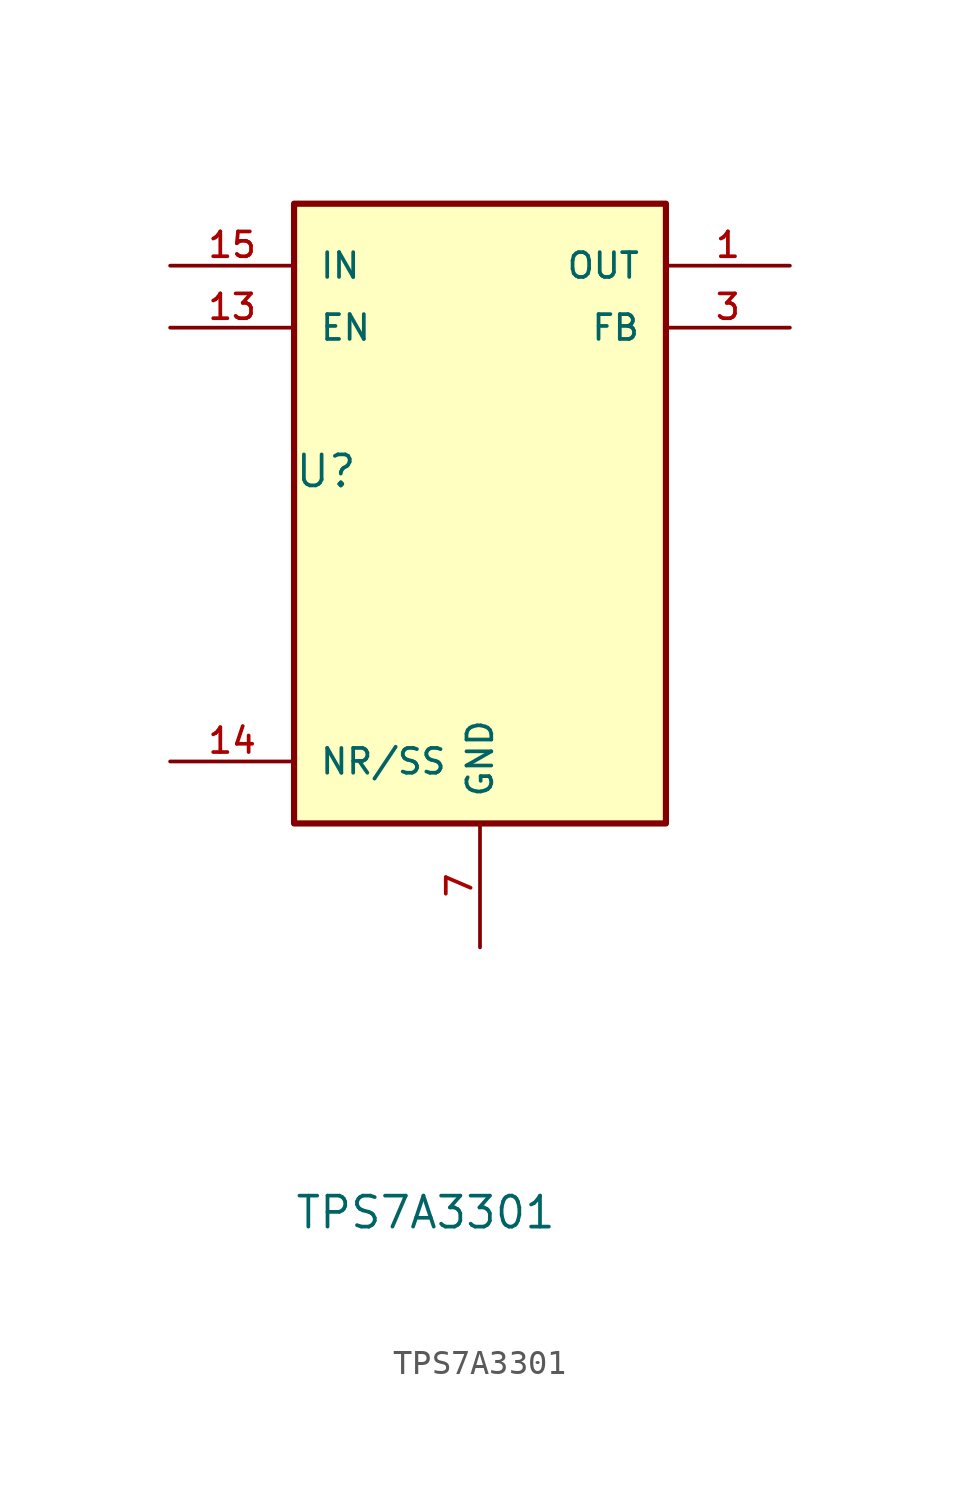
<source format=kicad_sym>
(kicad_symbol_lib
  (version 20211014)
  (generator kicad_symbol_editor)
  (symbol "TPS7A3301"
    (pin_names
      (offset 1.016))
    (property "Reference" "U"
      (at -7.62 13.691 0)
      (effects (font (size 1.27 1.27)) (justify left bottom)))
    (property "Value" "TPS7A3301"
      (at -7.62 -16.688 0)
      (effects (font (size 1.27 1.27)) (justify left bottom)))
    (symbol "TPS7A3301_0_0"
      (rectangle (start -7.62 25.4) (end 7.62 0) (stroke (width 0.254) (type default) (color 0 0 0 0)) (fill (type background)))
      (pin output line (at 12.7 22.86 180) (length 5.08) (name "OUT" (effects (font (size 1.016 1.016)))) (number "1" (effects (font (size 1.016 1.016)))))
      (pin power_in line (at 0 -5.08 90) (length 5.08) hide (name "NC" (effects (font (size 1.016 1.016)))) (number "10" (effects (font (size 1.016 1.016)))))
      (pin power_in line (at 0 -5.08 90) (length 5.08) hide (name "NC" (effects (font (size 1.016 1.016)))) (number "11" (effects (font (size 1.016 1.016)))))
      (pin power_in line (at 0 -5.08 90) (length 5.08) hide (name "NC" (effects (font (size 1.016 1.016)))) (number "12" (effects (font (size 1.016 1.016)))))
      (pin input line (at -12.7 20.32 0) (length 5.08) (name "EN" (effects (font (size 1.016 1.016)))) (number "13" (effects (font (size 1.016 1.016)))))
      (pin bidirectional line (at -12.7 2.54 0) (length 5.08) (name "NR/SS" (effects (font (size 1.016 1.016)))) (number "14" (effects (font (size 1.016 1.016)))))
      (pin input line (at -12.7 22.86 0) (length 5.08) (name "IN" (effects (font (size 1.016 1.016)))) (number "15" (effects (font (size 1.016 1.016)))))
      (pin input line (at -12.7 22.86 0) (length 5.08) hide (name "IN" (effects (font (size 1.016 1.016)))) (number "16" (effects (font (size 1.016 1.016)))))
      (pin power_in line (at 0 -5.08 90) (length 5.08) hide (name "NC" (effects (font (size 1.016 1.016)))) (number "17" (effects (font (size 1.016 1.016)))))
      (pin power_in line (at 0 -5.08 90) (length 5.08) hide (name "NC" (effects (font (size 1.016 1.016)))) (number "18" (effects (font (size 1.016 1.016)))))
      (pin power_in line (at 0 -5.08 90) (length 5.08) hide (name "NC" (effects (font (size 1.016 1.016)))) (number "19" (effects (font (size 1.016 1.016)))))
      (pin power_out line (at 0 -5.08 90) (length 5.08) hide (name "NC" (effects (font (size 1.016 1.016)))) (number "2" (effects (font (size 1.016 1.016)))))
      (pin output line (at 12.7 22.86 180) (length 5.08) hide (name "OUT" (effects (font (size 1.016 1.016)))) (number "20" (effects (font (size 1.016 1.016)))))
      (pin power_in line (at 0 -5.08 90) (length 5.08) hide (name "GND" (effects (font (size 1.016 1.016)))) (number "21" (effects (font (size 1.016 1.016)))))
      (pin input line (at 12.7 20.32 180) (length 5.08) (name "FB" (effects (font (size 1.016 1.016)))) (number "3" (effects (font (size 1.016 1.016)))))
      (pin power_in line (at 0 -5.08 90) (length 5.08) hide (name "NC" (effects (font (size 1.016 1.016)))) (number "4" (effects (font (size 1.016 1.016)))))
      (pin power_in line (at 0 -5.08 90) (length 5.08) hide (name "NC" (effects (font (size 1.016 1.016)))) (number "5" (effects (font (size 1.016 1.016)))))
      (pin power_in line (at 0 -5.08 90) (length 5.08) hide (name "NC" (effects (font (size 1.016 1.016)))) (number "6" (effects (font (size 1.016 1.016)))))
      (pin power_in line (at 0 -5.08 90) (length 5.08) (name "GND" (effects (font (size 1.016 1.016)))) (number "7" (effects (font (size 1.016 1.016)))))
      (pin power_in line (at 0 -5.08 90) (length 5.08) hide (name "NC" (effects (font (size 1.016 1.016)))) (number "8" (effects (font (size 1.016 1.016)))))
      (pin power_in line (at 0 -5.08 90) (length 5.08) hide (name "NC" (effects (font (size 1.016 1.016)))) (number "9" (effects (font (size 1.016 1.016))))))))
</source>
